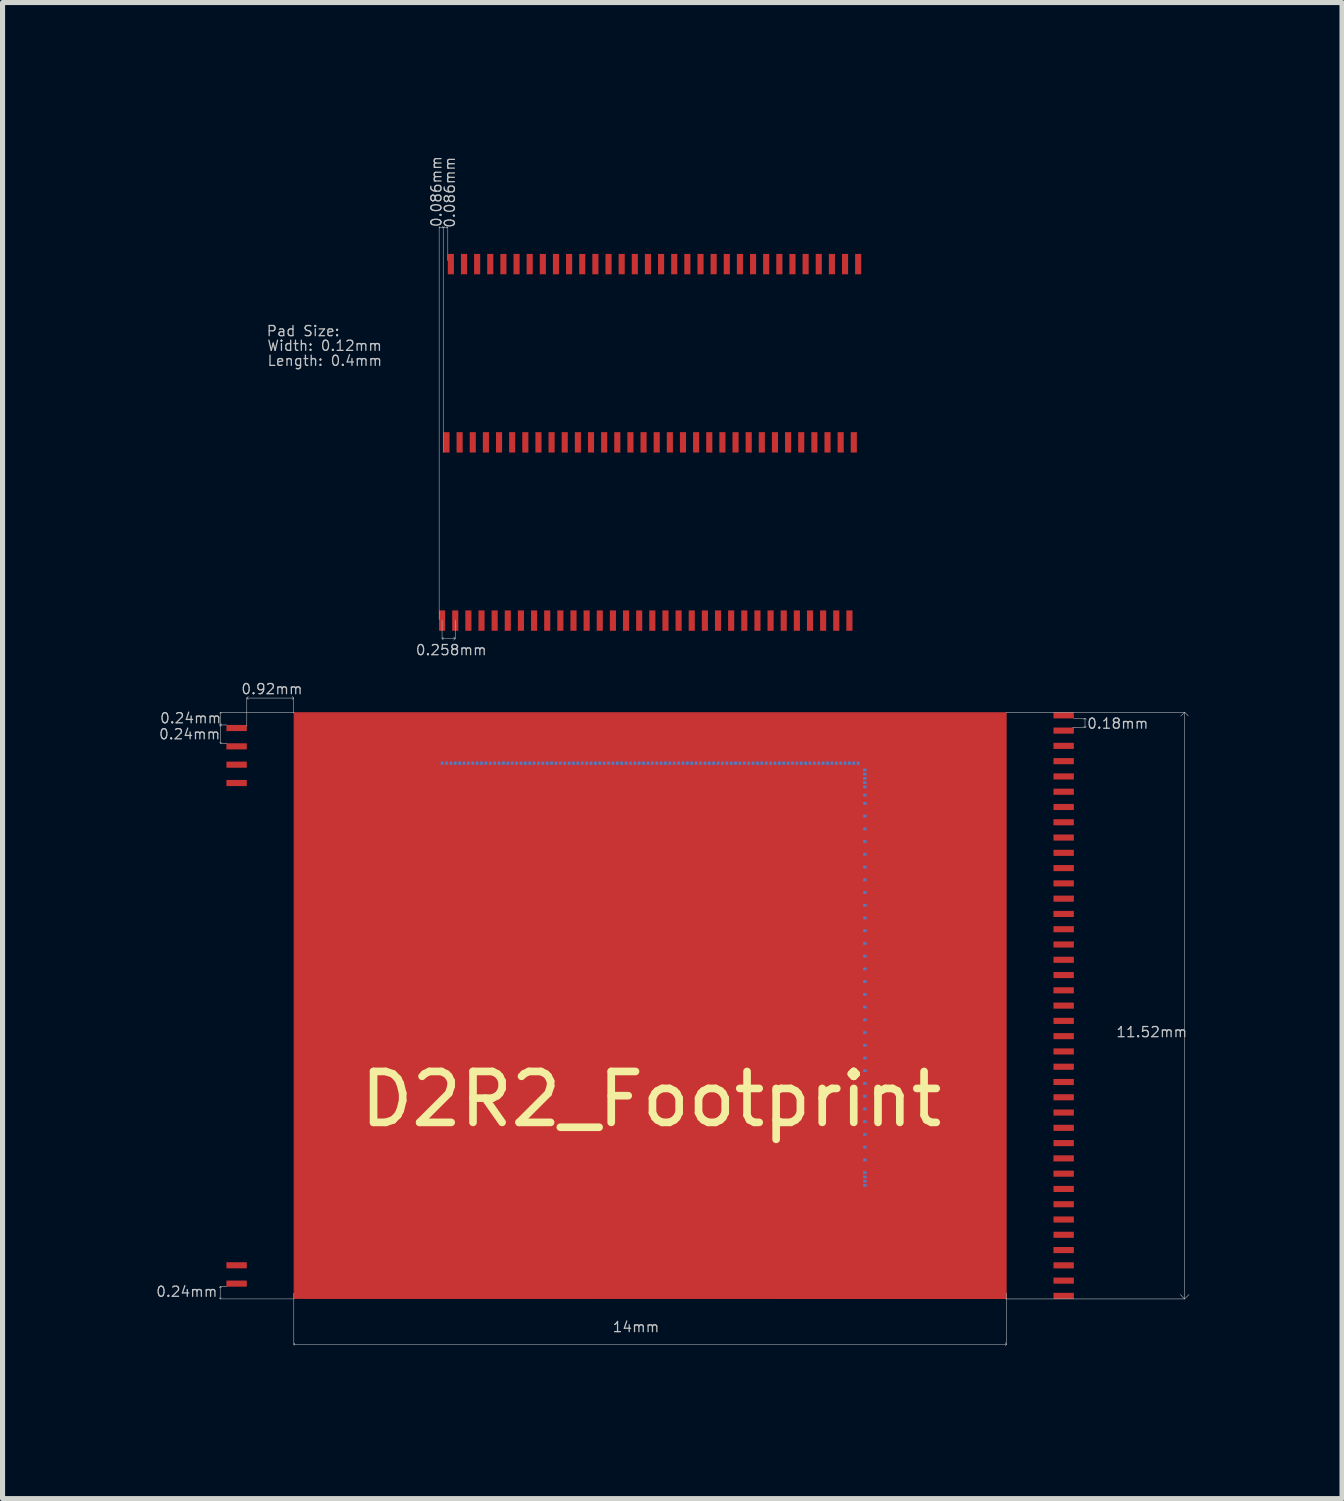
<source format=kicad_pcb>
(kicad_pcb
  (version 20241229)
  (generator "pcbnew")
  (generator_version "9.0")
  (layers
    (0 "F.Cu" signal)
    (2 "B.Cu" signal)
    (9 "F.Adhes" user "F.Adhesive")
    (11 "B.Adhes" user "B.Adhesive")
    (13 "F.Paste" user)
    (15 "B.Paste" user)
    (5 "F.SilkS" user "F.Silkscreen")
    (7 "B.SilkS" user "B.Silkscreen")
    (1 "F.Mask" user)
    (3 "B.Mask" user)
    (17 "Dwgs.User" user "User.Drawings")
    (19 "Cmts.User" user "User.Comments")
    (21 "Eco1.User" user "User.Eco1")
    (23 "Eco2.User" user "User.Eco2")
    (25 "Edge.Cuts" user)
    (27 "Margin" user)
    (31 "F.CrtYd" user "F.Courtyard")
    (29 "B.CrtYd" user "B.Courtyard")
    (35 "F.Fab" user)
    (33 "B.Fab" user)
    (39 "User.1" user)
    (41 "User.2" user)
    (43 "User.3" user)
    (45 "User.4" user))
  (footprint "D2R2_Footprint"
    (layer "F.Cu")
    (at 9.716 11.936)
    (property "Reference" "D2R2_Footprint" (at 0.022 6.598 0) (layer "F.SilkS") (effects (font (size 1 1) (thickness 0.15))))
    (attr through_hole)
    (fp_poly (pts (xy -6.99 -0.99) (xy 6.99 -0.99) (xy 6.99 10.511) (xy -6.99 10.509)) (stroke (width 0.02) (type solid)) (fill yes) (layer "F.Cu"))
    (fp_line (start -4.087 -3.006) (end -4.087 0) (stroke (width 0.025) (type solid)) (layer "B.Mask"))
    (fp_line (start -4.001 -6.294) (end -4.001 0) (stroke (width 0.025) (type solid)) (layer "B.Mask"))
    (fp_line (start -3.915 -9.817) (end -3.915 0) (stroke (width 0.025) (type solid)) (layer "B.Mask"))
    (fp_line (start -3.829 -3.006) (end -3.829 0) (stroke (width 0.025) (type solid)) (layer "B.Mask"))
    (fp_line (start -3.743 -6.294) (end -3.743 0) (stroke (width 0.025) (type solid)) (layer "B.Mask"))
    (fp_line (start -3.657 -9.817) (end -3.657 0) (stroke (width 0.025) (type solid)) (layer "B.Mask"))
    (fp_line (start -3.571 -3.006) (end -3.571 0) (stroke (width 0.025) (type solid)) (layer "B.Mask"))
    (fp_line (start -3.485 -6.294) (end -3.485 0) (stroke (width 0.025) (type solid)) (layer "B.Mask"))
    (fp_line (start -3.399 -9.817) (end -3.399 0) (stroke (width 0.025) (type solid)) (layer "B.Mask"))
    (fp_line (start -3.313 -3.006) (end -3.313 0) (stroke (width 0.025) (type solid)) (layer "B.Mask"))
    (fp_line (start -3.227 -6.294) (end -3.227 0) (stroke (width 0.025) (type solid)) (layer "B.Mask"))
    (fp_line (start -3.141 -9.817) (end -3.141 0) (stroke (width 0.025) (type solid)) (layer "B.Mask"))
    (fp_line (start -3.055 -3.006) (end -3.055 0) (stroke (width 0.025) (type solid)) (layer "B.Mask"))
    (fp_line (start -2.969 -6.294) (end -2.969 0) (stroke (width 0.025) (type solid)) (layer "B.Mask"))
    (fp_line (start -2.883 -9.817) (end -2.883 0) (stroke (width 0.025) (type solid)) (layer "B.Mask"))
    (fp_line (start -2.797 -3.006) (end -2.797 0) (stroke (width 0.025) (type solid)) (layer "B.Mask"))
    (fp_line (start -2.711 -6.294) (end -2.711 0) (stroke (width 0.025) (type solid)) (layer "B.Mask"))
    (fp_line (start -2.625 -9.817) (end -2.625 0) (stroke (width 0.025) (type solid)) (layer "B.Mask"))
    (fp_line (start -2.539 -3.006) (end -2.539 0) (stroke (width 0.025) (type solid)) (layer "B.Mask"))
    (fp_line (start -2.453 -6.294) (end -2.453 0) (stroke (width 0.025) (type solid)) (layer "B.Mask"))
    (fp_line (start -2.367 -9.817) (end -2.367 0) (stroke (width 0.025) (type solid)) (layer "B.Mask"))
    (fp_line (start -2.281 -3.006) (end -2.281 0) (stroke (width 0.025) (type solid)) (layer "B.Mask"))
    (fp_line (start -2.195 -6.294) (end -2.195 0) (stroke (width 0.025) (type solid)) (layer "B.Mask"))
    (fp_line (start -2.109 -9.817) (end -2.109 0) (stroke (width 0.025) (type solid)) (layer "B.Mask"))
    (fp_line (start -2.023 -3.006) (end -2.023 0) (stroke (width 0.025) (type solid)) (layer "B.Mask"))
    (fp_line (start -1.937 -6.294) (end -1.937 0) (stroke (width 0.025) (type solid)) (layer "B.Mask"))
    (fp_line (start -1.851 -9.817) (end -1.851 0) (stroke (width 0.025) (type solid)) (layer "B.Mask"))
    (fp_line (start -1.765 -3.006) (end -1.765 0) (stroke (width 0.025) (type solid)) (layer "B.Mask"))
    (fp_line (start -1.679 -6.294) (end -1.679 0) (stroke (width 0.025) (type solid)) (layer "B.Mask"))
    (fp_line (start -1.593 -9.817) (end -1.593 0) (stroke (width 0.025) (type solid)) (layer "B.Mask"))
    (fp_line (start -1.507 -3.006) (end -1.507 0) (stroke (width 0.025) (type solid)) (layer "B.Mask"))
    (fp_line (start -1.421 -6.294) (end -1.421 0) (stroke (width 0.025) (type solid)) (layer "B.Mask"))
    (fp_line (start -1.335 -9.817) (end -1.335 0) (stroke (width 0.025) (type solid)) (layer "B.Mask"))
    (fp_line (start -1.249 -3.006) (end -1.249 0) (stroke (width 0.025) (type solid)) (layer "B.Mask"))
    (fp_line (start -1.163 -6.294) (end -1.163 0) (stroke (width 0.025) (type solid)) (layer "B.Mask"))
    (fp_line (start -1.077 -9.817) (end -1.077 0) (stroke (width 0.025) (type solid)) (layer "B.Mask"))
    (fp_line (start -0.991 -3.006) (end -0.991 0) (stroke (width 0.025) (type solid)) (layer "B.Mask"))
    (fp_line (start -0.905 -6.294) (end -0.905 0) (stroke (width 0.025) (type solid)) (layer "B.Mask"))
    (fp_line (start -0.819 -9.817) (end -0.819 0) (stroke (width 0.025) (type solid)) (layer "B.Mask"))
    (fp_line (start -0.733 -3.006) (end -0.733 0) (stroke (width 0.025) (type solid)) (layer "B.Mask"))
    (fp_line (start -0.647 -6.294) (end -0.647 0) (stroke (width 0.025) (type solid)) (layer "B.Mask"))
    (fp_line (start -0.561 -9.817) (end -0.561 0) (stroke (width 0.025) (type solid)) (layer "B.Mask"))
    (fp_line (start -0.475 -3.006) (end -0.475 0) (stroke (width 0.025) (type solid)) (layer "B.Mask"))
    (fp_line (start -0.389 -6.294) (end -0.389 0) (stroke (width 0.025) (type solid)) (layer "B.Mask"))
    (fp_line (start -0.303 -9.817) (end -0.303 0) (stroke (width 0.025) (type solid)) (layer "B.Mask"))
    (fp_line (start -0.217 -3.006) (end -0.217 0) (stroke (width 0.025) (type solid)) (layer "B.Mask"))
    (fp_line (start -0.131 -6.294) (end -0.131 0) (stroke (width 0.025) (type solid)) (layer "B.Mask"))
    (fp_line (start -0.045 -9.817) (end -0.045 0) (stroke (width 0.025) (type solid)) (layer "B.Mask"))
    (fp_line (start 0.041 -3.006) (end 0.041 0) (stroke (width 0.025) (type solid)) (layer "B.Mask"))
    (fp_line (start 0.127 -6.294) (end 0.127 0) (stroke (width 0.025) (type solid)) (layer "B.Mask"))
    (fp_line (start 0.213 -9.817) (end 0.213 0) (stroke (width 0.025) (type solid)) (layer "B.Mask"))
    (fp_line (start 0.299 -3.006) (end 0.299 0) (stroke (width 0.025) (type solid)) (layer "B.Mask"))
    (fp_line (start 0.385 -6.294) (end 0.385 0) (stroke (width 0.025) (type solid)) (layer "B.Mask"))
    (fp_line (start 0.471 -9.817) (end 0.471 0) (stroke (width 0.025) (type solid)) (layer "B.Mask"))
    (fp_line (start 0.557 -3.006) (end 0.557 0) (stroke (width 0.025) (type solid)) (layer "B.Mask"))
    (fp_line (start 0.643 -6.294) (end 0.643 0) (stroke (width 0.025) (type solid)) (layer "B.Mask"))
    (fp_line (start 0.729 -9.817) (end 0.729 0) (stroke (width 0.025) (type solid)) (layer "B.Mask"))
    (fp_line (start 0.815 -3.006) (end 0.815 0) (stroke (width 0.025) (type solid)) (layer "B.Mask"))
    (fp_line (start 0.901 -6.294) (end 0.901 0) (stroke (width 0.025) (type solid)) (layer "B.Mask"))
    (fp_line (start 0.987 -9.817) (end 0.987 0) (stroke (width 0.025) (type solid)) (layer "B.Mask"))
    (fp_line (start 1.073 -3.006) (end 1.073 0) (stroke (width 0.025) (type solid)) (layer "B.Mask"))
    (fp_line (start 1.159 -6.294) (end 1.159 0) (stroke (width 0.025) (type solid)) (layer "B.Mask"))
    (fp_line (start 1.245 -9.817) (end 1.245 0) (stroke (width 0.025) (type solid)) (layer "B.Mask"))
    (fp_line (start 1.331 -3.006) (end 1.331 0) (stroke (width 0.025) (type solid)) (layer "B.Mask"))
    (fp_line (start 1.417 -6.294) (end 1.417 0) (stroke (width 0.025) (type solid)) (layer "B.Mask"))
    (fp_line (start 1.503 -9.817) (end 1.503 0) (stroke (width 0.025) (type solid)) (layer "B.Mask"))
    (fp_line (start 1.589 -3.006) (end 1.589 0) (stroke (width 0.025) (type solid)) (layer "B.Mask"))
    (fp_line (start 1.675 -6.294) (end 1.675 0) (stroke (width 0.025) (type solid)) (layer "B.Mask"))
    (fp_line (start 1.761 -9.817) (end 1.761 0) (stroke (width 0.025) (type solid)) (layer "B.Mask"))
    (fp_line (start 1.847 -3.006) (end 1.847 0) (stroke (width 0.025) (type solid)) (layer "B.Mask"))
    (fp_line (start 1.933 -6.294) (end 1.933 0) (stroke (width 0.025) (type solid)) (layer "B.Mask"))
    (fp_line (start 2.019 -9.817) (end 2.019 0) (stroke (width 0.025) (type solid)) (layer "B.Mask"))
    (fp_line (start 2.105 -3.006) (end 2.105 0) (stroke (width 0.025) (type solid)) (layer "B.Mask"))
    (fp_line (start 2.191 -6.294) (end 2.191 0) (stroke (width 0.025) (type solid)) (layer "B.Mask"))
    (fp_line (start 2.277 -9.817) (end 2.277 0) (stroke (width 0.025) (type solid)) (layer "B.Mask"))
    (fp_line (start 2.363 -3.006) (end 2.363 0) (stroke (width 0.025) (type solid)) (layer "B.Mask"))
    (fp_line (start 2.449 -6.294) (end 2.449 0) (stroke (width 0.025) (type solid)) (layer "B.Mask"))
    (fp_line (start 2.535 -9.817) (end 2.535 0) (stroke (width 0.025) (type solid)) (layer "B.Mask"))
    (fp_line (start 2.621 -3.006) (end 2.621 0) (stroke (width 0.025) (type solid)) (layer "B.Mask"))
    (fp_line (start 2.707 -6.294) (end 2.707 0) (stroke (width 0.025) (type solid)) (layer "B.Mask"))
    (fp_line (start 2.793 -9.817) (end 2.793 0) (stroke (width 0.025) (type solid)) (layer "B.Mask"))
    (fp_line (start 2.879 -3.006) (end 2.879 0) (stroke (width 0.025) (type solid)) (layer "B.Mask"))
    (fp_line (start 2.965 -6.294) (end 2.965 0) (stroke (width 0.025) (type solid)) (layer "B.Mask"))
    (fp_line (start 3.051 -9.817) (end 3.051 0) (stroke (width 0.025) (type solid)) (layer "B.Mask"))
    (fp_line (start 3.137 -3.006) (end 3.137 0) (stroke (width 0.025) (type solid)) (layer "B.Mask"))
    (fp_line (start 3.223 -6.294) (end 3.223 0) (stroke (width 0.025) (type solid)) (layer "B.Mask"))
    (fp_line (start 3.309 -9.817) (end 3.309 0) (stroke (width 0.025) (type solid)) (layer "B.Mask"))
    (fp_line (start 3.395 -3.006) (end 3.395 0) (stroke (width 0.025) (type solid)) (layer "B.Mask"))
    (fp_line (start 3.481 -6.294) (end 3.481 0) (stroke (width 0.025) (type solid)) (layer "B.Mask"))
    (fp_line (start 3.567 -9.817) (end 3.567 0) (stroke (width 0.025) (type solid)) (layer "B.Mask"))
    (fp_line (start 3.653 -3.006) (end 3.653 0) (stroke (width 0.025) (type solid)) (layer "B.Mask"))
    (fp_line (start 3.739 -6.294) (end 3.739 0) (stroke (width 0.025) (type solid)) (layer "B.Mask"))
    (fp_line (start 3.825 -9.817) (end 3.825 0) (stroke (width 0.025) (type solid)) (layer "B.Mask"))
    (fp_line (start 3.911 -3.006) (end 3.911 0) (stroke (width 0.025) (type solid)) (layer "B.Mask"))
    (fp_line (start 3.997 -6.294) (end 3.997 0) (stroke (width 0.025) (type solid)) (layer "B.Mask"))
    (fp_line (start 4.083 -9.817) (end 4.083 0) (stroke (width 0.025) (type solid)) (layer "B.Mask"))
    (fp_line (start 4.206 1.77) (end 8.101 2.04) (stroke (width 0.025) (type solid)) (layer "B.Mask"))
    (fp_line (start 4.21 0.219) (end 8.116 -0.64) (stroke (width 0.025) (type solid)) (layer "B.Mask"))
    (fp_line (start 4.211 8.211) (end 8.103 10.159) (stroke (width 0.025) (type solid)) (layer "B.Mask"))
    (fp_line (start 4.213 4.034) (end 8.095 4.738) (stroke (width 0.025) (type solid)) (layer "B.Mask"))
    (fp_line (start 4.213 5.025) (end 8.142 5.975) (stroke (width 0.025) (type solid)) (layer "B.Mask"))
    (fp_line (start 4.213 5.538) (end 8.101 6.549) (stroke (width 0.025) (type solid)) (layer "B.Mask"))
    (fp_line (start 4.213 6.036) (end 8.081 7.171) (stroke (width 0.025) (type solid)) (layer "B.Mask"))
    (fp_line (start 4.214 8.038) (end 8.119 9.559) (stroke (width 0.025) (type solid)) (layer "B.Mask"))
    (fp_line (start 4.215 0.13) (end 8.13 -0.928) (stroke (width 0.025) (type solid)) (layer "B.Mask"))
    (fp_line (start 4.215 8.291) (end 8.118 10.472) (stroke (width 0.025) (type solid)) (layer "B.Mask"))
    (fp_line (start 4.218 7.539) (end 8.112 8.958) (stroke (width 0.025) (type solid)) (layer "B.Mask"))
    (fp_line (start 4.218 7.789) (end 8.099 9.242) (stroke (width 0.025) (type solid)) (layer "B.Mask"))
    (fp_line (start 4.218 8.124) (end 8.099 9.853) (stroke (width 0.025) (type solid)) (layer "B.Mask"))
    (fp_line (start 4.219 0.775) (end 8.107 0.859) (stroke (width 0.025) (type solid)) (layer "B.Mask"))
    (fp_line (start 4.219 1.032) (end 8.133 1.154) (stroke (width 0.025) (type solid)) (layer "B.Mask"))
    (fp_line (start 4.219 1.276) (end 8.114 1.462) (stroke (width 0.025) (type solid)) (layer "B.Mask"))
    (fp_line (start 4.219 3.272) (end 8.101 3.849) (stroke (width 0.025) (type solid)) (layer "B.Mask"))
    (fp_line (start 4.219 3.535) (end 8.082 4.151) (stroke (width 0.025) (type solid)) (layer "B.Mask"))
    (fp_line (start 4.22 4.533) (end 8.129 5.367) (stroke (width 0.025) (type solid)) (layer "B.Mask"))
    (fp_line (start 4.22 5.292) (end 8.115 6.248) (stroke (width 0.025) (type solid)) (layer "B.Mask"))
    (fp_line (start 4.22 5.777) (end 8.115 6.87) (stroke (width 0.025) (type solid)) (layer "B.Mask"))
    (fp_line (start 4.22 6.528) (end 8.115 7.758) (stroke (width 0.025) (type solid)) (layer "B.Mask"))
    (fp_line (start 4.22 7.041) (end 8.101 8.346) (stroke (width 0.025) (type solid)) (layer "B.Mask"))
    (fp_line (start 4.221 7.284) (end 8.109 8.655) (stroke (width 0.025) (type solid)) (layer "B.Mask"))
    (fp_line (start 4.225 0.615) (end 8.12 0.562) (stroke (width 0.025) (type solid)) (layer "B.Mask"))
    (fp_line (start 4.225 1.533) (end 8.114 1.757) (stroke (width 0.025) (type solid)) (layer "B.Mask"))
    (fp_line (start 4.225 2.02) (end 8.114 2.348) (stroke (width 0.025) (type solid)) (layer "B.Mask"))
    (fp_line (start 4.225 2.527) (end 8.12 2.957) (stroke (width 0.025) (type solid)) (layer "B.Mask"))
    (fp_line (start 4.225 3.779) (end 8.101 4.465) (stroke (width 0.025) (type solid)) (layer "B.Mask"))
    (fp_line (start 4.227 4.294) (end 8.129 5.059) (stroke (width 0.025) (type solid)) (layer "B.Mask"))
    (fp_line (start 4.227 6.282) (end 8.088 7.458) (stroke (width 0.025) (type solid)) (layer "B.Mask"))
    (fp_line (start 4.227 6.788) (end 8.101 8.066) (stroke (width 0.025) (type solid)) (layer "B.Mask"))
    (fp_line (start 4.231 2.271) (end 8.114 2.681) (stroke (width 0.025) (type solid)) (layer "B.Mask"))
    (fp_line (start 4.231 2.784) (end 8.075 3.259) (stroke (width 0.025) (type solid)) (layer "B.Mask"))
    (fp_line (start 4.24 4.786) (end 8.149 5.661) (stroke (width 0.025) (type solid)) (layer "B.Mask"))
    (fp_line (start 4.244 3.034) (end 8.12 3.554) (stroke (width 0.025) (type solid)) (layer "B.Mask"))
    (fp_line (start 8.109 -0.339) (end 4.214 0.305) (stroke (width 0.025) (type solid)) (layer "B.Mask"))
    (fp_line (start 8.116 0.259) (end 4.218 0.458) (stroke (width 0.025) (type solid)) (layer "B.Mask"))
    (fp_line (start 8.12 0.562) (end 8.133 0.562) (stroke (width 0.025) (type solid)) (layer "B.Mask"))
    (fp_line (start 8.134 -0.052) (end 4.218 0.38) (stroke (width 0.025) (type solid)) (layer "B.Mask"))
    (fp_line (start -8.436 -0.752) (end -8.435 -0.751) (stroke (width 0.01) (type solid)) (layer "F.SilkS"))
    (fp_line (start -8.442 10.279) (end -8.442 10.519) (stroke (width 0.01) (type solid)) (layer "Dwgs.User"))
    (fp_line (start -8.442 10.279) (end -8.419 10.302) (stroke (width 0.01) (type solid)) (layer "Dwgs.User"))
    (fp_line (start -8.441 10.28) (end -8.462 10.301) (stroke (width 0.01) (type solid)) (layer "Dwgs.User"))
    (fp_line (start -8.441 10.519) (end -8.462 10.498) (stroke (width 0.01) (type solid)) (layer "Dwgs.User"))
    (fp_line (start -8.441 10.519) (end -8.421 10.499) (stroke (width 0.01) (type solid)) (layer "Dwgs.User"))
    (fp_line (start -8.436 -1) (end -8.436 -0.75) (stroke (width 0.01) (type solid)) (layer "Dwgs.User"))
    (fp_line (start -8.436 -0.752) (end -8.436 -0.391) (stroke (width 0.01) (type solid)) (layer "Dwgs.User"))
    (fp_line (start -8.436 -0.752) (end -8.414 -0.774) (stroke (width 0.01) (type solid)) (layer "Dwgs.User"))
    (fp_line (start -8.436 -0.751) (end -8.458 -0.729) (stroke (width 0.01) (type solid)) (layer "Dwgs.User"))
    (fp_line (start -8.436 -0.751) (end -8.413 -0.728) (stroke (width 0.01) (type solid)) (layer "Dwgs.User"))
    (fp_line (start -8.436 -0.75) (end -8.458 -0.772) (stroke (width 0.01) (type solid)) (layer "Dwgs.User"))
    (fp_line (start -8.436 -0.391) (end -8.418 -0.409) (stroke (width 0.01) (type solid)) (layer "Dwgs.User"))
    (fp_line (start -8.435 -0.999) (end -8.452 -0.982) (stroke (width 0.01) (type solid)) (layer "Dwgs.User"))
    (fp_line (start -8.435 -0.999) (end -8.418 -0.982) (stroke (width 0.01) (type solid)) (layer "Dwgs.User"))
    (fp_line (start -8.435 -0.393) (end -8.451 -0.409) (stroke (width 0.01) (type solid)) (layer "Dwgs.User"))
    (fp_line (start -8.318 -0.751) (end -8.435 -0.751) (stroke (width 0.01) (type solid)) (layer "Dwgs.User"))
    (fp_line (start -8.317 10.279) (end -8.442 10.279) (stroke (width 0.01) (type solid)) (layer "Dwgs.User"))
    (fp_line (start -8.314 -0.391) (end -8.432 -0.391) (stroke (width 0.01) (type solid)) (layer "Dwgs.User"))
    (fp_line (start -7.92 -1.279) (end -7.891 -1.308) (stroke (width 0.01) (type solid)) (layer "Dwgs.User"))
    (fp_line (start -7.92 -1.279) (end -7.891 -1.25) (stroke (width 0.01) (type solid)) (layer "Dwgs.User"))
    (fp_line (start -7.92 -0.725) (end -7.92 -1.28) (stroke (width 0.01) (type solid)) (layer "Dwgs.User"))
    (fp_line (start -6.999 -1.28) (end -7.027 -1.308) (stroke (width 0.01) (type solid)) (layer "Dwgs.User"))
    (fp_line (start -6.999 -1.279) (end -7.026 -1.252) (stroke (width 0.01) (type solid)) (layer "Dwgs.User"))
    (fp_line (start -6.999 -0.985) (end -6.999 -1.279) (stroke (width 0.01) (type solid)) (layer "Dwgs.User"))
    (fp_line (start -6.998 -1.279) (end -7.92 -1.279) (stroke (width 0.01) (type solid)) (layer "Dwgs.User"))
    (fp_line (start -6.997 11.407) (end -6.997 10.407) (stroke (width 0.01) (type solid)) (layer "Dwgs.User"))
    (fp_line (start -6.997 11.408) (end -6.977 11.388) (stroke (width 0.01) (type solid)) (layer "Dwgs.User"))
    (fp_line (start -6.997 11.409) (end -6.977 11.429) (stroke (width 0.01) (type solid)) (layer "Dwgs.User"))
    (fp_line (start -6.997 11.409) (end 6.999 11.409) (stroke (width 0.01) (type solid)) (layer "Dwgs.User"))
    (fp_line (start -6.995 10.519) (end -8.442 10.519) (stroke (width 0.01) (type solid)) (layer "Dwgs.User"))
    (fp_line (start -6.991 -1) (end -8.435 -1) (stroke (width 0.01) (type solid)) (layer "Dwgs.User"))
    (fp_line (start -4.143 -10.522) (end -4.129 -10.536) (stroke (width 0.01) (type solid)) (layer "Dwgs.User"))
    (fp_line (start -4.143 -10.522) (end -4.129 -10.508) (stroke (width 0.01) (type solid)) (layer "Dwgs.User"))
    (fp_line (start -4.143 -10.521) (end -4.064 -10.521) (stroke (width 0.01) (type solid)) (layer "Dwgs.User"))
    (fp_line (start -4.143 -2.821) (end -4.143 -10.521) (stroke (width 0.01) (type solid)) (layer "Dwgs.User"))
    (fp_line (start -4.086 -2.806) (end -4.086 -2.446) (stroke (width 0.01) (type solid)) (layer "Dwgs.User"))
    (fp_line (start -4.086 -2.447) (end -4.058 -2.475) (stroke (width 0.01) (type solid)) (layer "Dwgs.User"))
    (fp_line (start -4.086 -2.446) (end -4.061 -2.421) (stroke (width 0.01) (type solid)) (layer "Dwgs.User"))
    (fp_line (start -4.086 -2.446) (end -3.827 -2.446) (stroke (width 0.01) (type solid)) (layer "Dwgs.User"))
    (fp_line (start -4.064 -10.521) (end -4.078 -10.507) (stroke (width 0.01) (type solid)) (layer "Dwgs.User"))
    (fp_line (start -4.063 -10.521) (end -4.08 -10.538) (stroke (width 0.01) (type solid)) (layer "Dwgs.User"))
    (fp_line (start -4.063 -6.103) (end -4.063 -10.52) (stroke (width 0.01) (type solid)) (layer "Dwgs.User"))
    (fp_line (start -4.057 -10.523) (end -4.043 -10.537) (stroke (width 0.01) (type solid)) (layer "Dwgs.User"))
    (fp_line (start -4.057 -10.523) (end -4.043 -10.509) (stroke (width 0.01) (type solid)) (layer "Dwgs.User"))
    (fp_line (start -4.057 -10.522) (end -3.978 -10.522) (stroke (width 0.01) (type solid)) (layer "Dwgs.User"))
    (fp_line (start -3.978 -10.522) (end -3.992 -10.508) (stroke (width 0.01) (type solid)) (layer "Dwgs.User"))
    (fp_line (start -3.977 -10.522) (end -3.994 -10.539) (stroke (width 0.01) (type solid)) (layer "Dwgs.User"))
    (fp_line (start -3.973 -9.871) (end -3.973 -10.521) (stroke (width 0.01) (type solid)) (layer "Dwgs.User"))
    (fp_line (start -3.828 -2.448) (end -3.858 -2.478) (stroke (width 0.01) (type solid)) (layer "Dwgs.User"))
    (fp_line (start -3.827 -2.805) (end -3.827 -2.446) (stroke (width 0.01) (type solid)) (layer "Dwgs.User"))
    (fp_line (start -3.827 -2.447) (end -3.857 -2.417) (stroke (width 0.01) (type solid)) (layer "Dwgs.User"))
    (fp_line (start 6.981 10.52) (end 10.495 10.52) (stroke (width 0.01) (type solid)) (layer "Dwgs.User"))
    (fp_line (start 6.989 -1) (end 10.494 -1) (stroke (width 0.01) (type solid)) (layer "Dwgs.User"))
    (fp_line (start 6.999 11.407) (end 6.999 10.407) (stroke (width 0.01) (type solid)) (layer "Dwgs.User"))
    (fp_line (start 6.999 11.409) (end 6.971 11.381) (stroke (width 0.01) (type solid)) (layer "Dwgs.User"))
    (fp_line (start 6.999 11.41) (end 6.974 11.435) (stroke (width 0.01) (type solid)) (layer "Dwgs.User"))
    (fp_line (start 8.297 -0.7) (end 8.541 -0.7) (stroke (width 0.01) (type solid)) (layer "Dwgs.User"))
    (fp_line (start 8.317 -0.88) (end 8.539 -0.88) (stroke (width 0.01) (type solid)) (layer "Dwgs.User"))
    (fp_line (start 8.539 -0.882) (end 8.515 -0.858) (stroke (width 0.01) (type solid)) (layer "Dwgs.User"))
    (fp_line (start 8.539 -0.882) (end 8.563 -0.858) (stroke (width 0.01) (type solid)) (layer "Dwgs.User"))
    (fp_line (start 8.539 -0.881) (end 8.539 -0.7) (stroke (width 0.01) (type solid)) (layer "Dwgs.User"))
    (fp_line (start 8.539 -0.702) (end 8.517 -0.724) (stroke (width 0.01) (type solid)) (layer "Dwgs.User"))
    (fp_line (start 8.539 -0.7) (end 8.565 -0.726) (stroke (width 0.01) (type solid)) (layer "Dwgs.User"))
    (fp_line (start 10.495 -1.001) (end 10.419 -0.925) (stroke (width 0.01) (type solid)) (layer "Dwgs.User"))
    (fp_line (start 10.495 -1.001) (end 10.495 10.52) (stroke (width 0.01) (type solid)) (layer "Dwgs.User"))
    (fp_line (start 10.495 -1.001) (end 10.568 -0.928) (stroke (width 0.01) (type solid)) (layer "Dwgs.User"))
    (fp_line (start 10.495 10.519) (end 10.411 10.435) (stroke (width 0.01) (type solid)) (layer "Dwgs.User"))
    (fp_line (start 10.495 10.519) (end 10.582 10.432) (stroke (width 0.01) (type solid)) (layer "Dwgs.User"))
    (fp_text user "Length: 0.4mm" (at -6.388 -7.903 0) (layer "Dwgs.User") (effects (font (size 0.2 0.2) (thickness 0.025))))
    (fp_text user "0.086mm" (at -4.198 -11.223 90) (layer "Dwgs.User") (effects (font (size 0.2 0.2) (thickness 0.025))))
    (fp_text user "0.24mm" (at -9.022 -0.884 0) (layer "Dwgs.User") (effects (font (size 0.2 0.2) (thickness 0.025))))
    (fp_text user "0.24mm" (at -9.042 -0.57 0) (layer "Dwgs.User") (effects (font (size 0.2 0.2) (thickness 0.025))))
    (fp_text user "0.18mm" (at 9.182 -0.778 0) (layer "Dwgs.User") (effects (font (size 0.2 0.2) (thickness 0.025))))
    (fp_text user "0.24mm" (at -9.098 10.377 0) (layer "Dwgs.User") (effects (font (size 0.2 0.2) (thickness 0.025))))
    (fp_text user "Pad Size: " (at -6.737 -8.486 0) (layer "Dwgs.User") (effects (font (size 0.2 0.2) (thickness 0.025))))
    (fp_text user "0.086mm" (at -3.935 -11.209 90) (layer "Dwgs.User") (effects (font (size 0.2 0.2) (thickness 0.025))))
    (fp_text user "11.52mm" (at 9.849 5.279 0) (layer "Dwgs.User") (effects (font (size 0.2 0.2) (thickness 0.025))))
    (fp_text user "0.258mm" (at -3.906 -2.222 0) (layer "Dwgs.User") (effects (font (size 0.2 0.2) (thickness 0.025))))
    (fp_text user "14mm" (at -0.278 11.071 0) (layer "Dwgs.User") (effects (font (size 0.2 0.2) (thickness 0.025))))
    (fp_text user "0.92mm" (at -7.426 -1.456 0) (layer "Dwgs.User") (effects (font (size 0.2 0.2) (thickness 0.025))))
    (fp_text user "Width: 0.12mm" (at -6.392 -8.198 0) (layer "Dwgs.User") (effects (font (size 0.2 0.2) (thickness 0.025))))
    (pad "1" smd rect (at -4.085 -2.8) (size 0.12 0.4) (layers "F.Cu" "F.Mask" "F.Paste"))
    (pad "2" smd rect (at -3.999 -6.3) (size 0.12 0.4) (layers "F.Cu" "F.Mask" "F.Paste"))
    (pad "3" smd rect (at -3.913 -9.8) (size 0.12 0.4) (layers "F.Cu" "F.Mask" "F.Paste"))
    (pad "4" smd rect (at -3.827 -2.8) (size 0.12 0.4) (layers "F.Cu" "F.Mask" "F.Paste"))
    (pad "5" smd rect (at -3.741 -6.3) (size 0.12 0.4) (layers "F.Cu" "F.Mask" "F.Paste"))
    (pad "6" smd rect (at -3.655 -9.8) (size 0.12 0.4) (layers "F.Cu" "F.Mask" "F.Paste"))
    (pad "7" smd rect (at -3.569 -2.8) (size 0.12 0.4) (layers "F.Cu" "F.Mask" "F.Paste"))
    (pad "8" smd rect (at -3.483 -6.3) (size 0.12 0.4) (layers "F.Cu" "F.Mask" "F.Paste"))
    (pad "9" smd rect (at -3.397 -9.8) (size 0.12 0.4) (layers "F.Cu" "F.Mask" "F.Paste"))
    (pad "10" smd rect (at -3.311 -2.8) (size 0.12 0.4) (layers "F.Cu" "F.Mask" "F.Paste"))
    (pad "11" smd rect (at -3.225 -6.3) (size 0.12 0.4) (layers "F.Cu" "F.Mask" "F.Paste"))
    (pad "12" smd rect (at -3.139 -9.8) (size 0.12 0.4) (layers "F.Cu" "F.Mask" "F.Paste"))
    (pad "13" smd rect (at -3.053 -2.8) (size 0.12 0.4) (layers "F.Cu" "F.Mask" "F.Paste"))
    (pad "14" smd rect (at -2.967 -6.3) (size 0.12 0.4) (layers "F.Cu" "F.Mask" "F.Paste"))
    (pad "15" smd rect (at -2.881 -9.8) (size 0.12 0.4) (layers "F.Cu" "F.Mask" "F.Paste"))
    (pad "16" smd rect (at -2.795 -2.8) (size 0.12 0.4) (layers "F.Cu" "F.Mask" "F.Paste"))
    (pad "17" smd rect (at -2.709 -6.3) (size 0.12 0.4) (layers "F.Cu" "F.Mask" "F.Paste"))
    (pad "18" smd rect (at -2.623 -9.8) (size 0.12 0.4) (layers "F.Cu" "F.Mask" "F.Paste"))
    (pad "19" smd rect (at -2.537 -2.8) (size 0.12 0.4) (layers "F.Cu" "F.Mask" "F.Paste"))
    (pad "20" smd rect (at -2.451 -6.3) (size 0.12 0.4) (layers "F.Cu" "F.Mask" "F.Paste"))
    (pad "21" smd rect (at -2.365 -9.8) (size 0.12 0.4) (layers "F.Cu" "F.Mask" "F.Paste"))
    (pad "22" smd rect (at -2.279 -2.8) (size 0.12 0.4) (layers "F.Cu" "F.Mask" "F.Paste"))
    (pad "23" smd rect (at -2.193 -6.3) (size 0.12 0.4) (layers "F.Cu" "F.Mask" "F.Paste"))
    (pad "24" smd rect (at -2.107 -9.8) (size 0.12 0.4) (layers "F.Cu" "F.Mask" "F.Paste"))
    (pad "25" smd rect (at -2.021 -2.8) (size 0.12 0.4) (layers "F.Cu" "F.Mask" "F.Paste"))
    (pad "26" smd rect (at -1.935 -6.3) (size 0.12 0.4) (layers "F.Cu" "F.Mask" "F.Paste"))
    (pad "27" smd rect (at -1.849 -9.8) (size 0.12 0.4) (layers "F.Cu" "F.Mask" "F.Paste"))
    (pad "28" smd rect (at -1.763 -2.8) (size 0.12 0.4) (layers "F.Cu" "F.Mask" "F.Paste"))
    (pad "29" smd rect (at -1.677 -6.3) (size 0.12 0.4) (layers "F.Cu" "F.Mask" "F.Paste"))
    (pad "30" smd rect (at -1.591 -9.8) (size 0.12 0.4) (layers "F.Cu" "F.Mask" "F.Paste"))
    (pad "31" smd rect (at -1.505 -2.8) (size 0.12 0.4) (layers "F.Cu" "F.Mask" "F.Paste"))
    (pad "32" smd rect (at -1.419 -6.3) (size 0.12 0.4) (layers "F.Cu" "F.Mask" "F.Paste"))
    (pad "33" smd rect (at -1.333 -9.8) (size 0.12 0.4) (layers "F.Cu" "F.Mask" "F.Paste"))
    (pad "34" smd rect (at -1.247 -2.8) (size 0.12 0.4) (layers "F.Cu" "F.Mask" "F.Paste"))
    (pad "35" smd rect (at -1.161 -6.3) (size 0.12 0.4) (layers "F.Cu" "F.Mask" "F.Paste"))
    (pad "36" smd rect (at -1.075 -9.8) (size 0.12 0.4) (layers "F.Cu" "F.Mask" "F.Paste"))
    (pad "37" smd rect (at -0.989 -2.8) (size 0.12 0.4) (layers "F.Cu" "F.Mask" "F.Paste"))
    (pad "38" smd rect (at -0.903 -6.3) (size 0.12 0.4) (layers "F.Cu" "F.Mask" "F.Paste"))
    (pad "39" smd rect (at -0.817 -9.8) (size 0.12 0.4) (layers "F.Cu" "F.Mask" "F.Paste"))
    (pad "40" smd rect (at -0.731 -2.8) (size 0.12 0.4) (layers "F.Cu" "F.Mask" "F.Paste"))
    (pad "41" smd rect (at -0.645 -6.3) (size 0.12 0.4) (layers "F.Cu" "F.Mask" "F.Paste"))
    (pad "42" smd rect (at -0.559 -9.8) (size 0.12 0.4) (layers "F.Cu" "F.Mask" "F.Paste"))
    (pad "43" smd rect (at -0.473 -2.8) (size 0.12 0.4) (layers "F.Cu" "F.Mask" "F.Paste"))
    (pad "44" smd rect (at -0.387 -6.3) (size 0.12 0.4) (layers "F.Cu" "F.Mask" "F.Paste"))
    (pad "45" smd rect (at -0.301 -9.8) (size 0.12 0.4) (layers "F.Cu" "F.Mask" "F.Paste"))
    (pad "46" smd rect (at -0.215 -2.8) (size 0.12 0.4) (layers "F.Cu" "F.Mask" "F.Paste"))
    (pad "47" smd rect (at -0.129 -6.3) (size 0.12 0.4) (layers "F.Cu" "F.Mask" "F.Paste"))
    (pad "48" smd rect (at -0.043 -9.8) (size 0.12 0.4) (layers "F.Cu" "F.Mask" "F.Paste"))
    (pad "49" smd rect (at 0.043 -2.8) (size 0.12 0.4) (layers "F.Cu" "F.Mask" "F.Paste"))
    (pad "50" smd rect (at 0.129 -6.3) (size 0.12 0.4) (layers "F.Cu" "F.Mask" "F.Paste"))
    (pad "51" smd rect (at 0.215 -9.8) (size 0.12 0.4) (layers "F.Cu" "F.Mask" "F.Paste"))
    (pad "52" smd rect (at 0.301 -2.8) (size 0.12 0.4) (layers "F.Cu" "F.Mask" "F.Paste"))
    (pad "53" smd rect (at 0.387 -6.3) (size 0.12 0.4) (layers "F.Cu" "F.Mask" "F.Paste"))
    (pad "54" smd rect (at 0.473 -9.8) (size 0.12 0.4) (layers "F.Cu" "F.Mask" "F.Paste"))
    (pad "55" smd rect (at 0.559 -2.8) (size 0.12 0.4) (layers "F.Cu" "F.Mask" "F.Paste"))
    (pad "56" smd rect (at 0.645 -6.3) (size 0.12 0.4) (layers "F.Cu" "F.Mask" "F.Paste"))
    (pad "57" smd rect (at 0.731 -9.8) (size 0.12 0.4) (layers "F.Cu" "F.Mask" "F.Paste"))
    (pad "58" smd rect (at 0.817 -2.8) (size 0.12 0.4) (layers "F.Cu" "F.Mask" "F.Paste"))
    (pad "59" smd rect (at 0.903 -6.3) (size 0.12 0.4) (layers "F.Cu" "F.Mask" "F.Paste"))
    (pad "60" smd rect (at 0.989 -9.8) (size 0.12 0.4) (layers "F.Cu" "F.Mask" "F.Paste"))
    (pad "61" smd rect (at 1.075 -2.8) (size 0.12 0.4) (layers "F.Cu" "F.Mask" "F.Paste"))
    (pad "62" smd rect (at 1.161 -6.3) (size 0.12 0.4) (layers "F.Cu" "F.Mask" "F.Paste"))
    (pad "63" smd rect (at 1.247 -9.8) (size 0.12 0.4) (layers "F.Cu" "F.Mask" "F.Paste"))
    (pad "64" smd rect (at 1.333 -2.8) (size 0.12 0.4) (layers "F.Cu" "F.Mask" "F.Paste"))
    (pad "65" smd rect (at 1.419 -6.3) (size 0.12 0.4) (layers "F.Cu" "F.Mask" "F.Paste"))
    (pad "66" smd rect (at 1.505 -9.8) (size 0.12 0.4) (layers "F.Cu" "F.Mask" "F.Paste"))
    (pad "67" smd rect (at 1.591 -2.8) (size 0.12 0.4) (layers "F.Cu" "F.Mask" "F.Paste"))
    (pad "68" smd rect (at 1.677 -6.3) (size 0.12 0.4) (layers "F.Cu" "F.Mask" "F.Paste"))
    (pad "69" smd rect (at 1.763 -9.8) (size 0.12 0.4) (layers "F.Cu" "F.Mask" "F.Paste"))
    (pad "70" smd rect (at 1.849 -2.8) (size 0.12 0.4) (layers "F.Cu" "F.Mask" "F.Paste"))
    (pad "71" smd rect (at 1.935 -6.3) (size 0.12 0.4) (layers "F.Cu" "F.Mask" "F.Paste"))
    (pad "72" smd rect (at 2.021 -9.8) (size 0.12 0.4) (layers "F.Cu" "F.Mask" "F.Paste"))
    (pad "73" smd rect (at 2.107 -2.8) (size 0.12 0.4) (layers "F.Cu" "F.Mask" "F.Paste"))
    (pad "74" smd rect (at 2.193 -6.3) (size 0.12 0.4) (layers "F.Cu" "F.Mask" "F.Paste"))
    (pad "75" smd rect (at 2.279 -9.8) (size 0.12 0.4) (layers "F.Cu" "F.Mask" "F.Paste"))
    (pad "76" smd rect (at 2.365 -2.8) (size 0.12 0.4) (layers "F.Cu" "F.Mask" "F.Paste"))
    (pad "77" smd rect (at 2.451 -6.3) (size 0.12 0.4) (layers "F.Cu" "F.Mask" "F.Paste"))
    (pad "78" smd rect (at 2.537 -9.8) (size 0.12 0.4) (layers "F.Cu" "F.Mask" "F.Paste"))
    (pad "79" smd rect (at 2.623 -2.8) (size 0.12 0.4) (layers "F.Cu" "F.Mask" "F.Paste"))
    (pad "80" smd rect (at 2.709 -6.3) (size 0.12 0.4) (layers "F.Cu" "F.Mask" "F.Paste"))
    (pad "81" smd rect (at 2.795 -9.8) (size 0.12 0.4) (layers "F.Cu" "F.Mask" "F.Paste"))
    (pad "82" smd rect (at 2.881 -2.8) (size 0.12 0.4) (layers "F.Cu" "F.Mask" "F.Paste"))
    (pad "83" smd rect (at 2.967 -6.3) (size 0.12 0.4) (layers "F.Cu" "F.Mask" "F.Paste"))
    (pad "84" smd rect (at 3.053 -9.8) (size 0.12 0.4) (layers "F.Cu" "F.Mask" "F.Paste"))
    (pad "85" smd rect (at 3.139 -2.8) (size 0.12 0.4) (layers "F.Cu" "F.Mask" "F.Paste"))
    (pad "86" smd rect (at 3.225 -6.3) (size 0.12 0.4) (layers "F.Cu" "F.Mask" "F.Paste"))
    (pad "87" smd rect (at 3.311 -9.8) (size 0.12 0.4) (layers "F.Cu" "F.Mask" "F.Paste"))
    (pad "88" smd rect (at 3.397 -2.8) (size 0.12 0.4) (layers "F.Cu" "F.Mask" "F.Paste"))
    (pad "89" smd rect (at 3.483 -6.3) (size 0.12 0.4) (layers "F.Cu" "F.Mask" "F.Paste"))
    (pad "90" smd rect (at 3.569 -9.8) (size 0.12 0.4) (layers "F.Cu" "F.Mask" "F.Paste"))
    (pad "91" smd rect (at 3.655 -2.8) (size 0.12 0.4) (layers "F.Cu" "F.Mask" "F.Paste"))
    (pad "92" smd rect (at 3.741 -6.3) (size 0.12 0.4) (layers "F.Cu" "F.Mask" "F.Paste"))
    (pad "93" smd rect (at 3.827 -9.8) (size 0.12 0.4) (layers "F.Cu" "F.Mask" "F.Paste"))
    (pad "94" smd rect (at 3.913 -2.8) (size 0.12 0.4) (layers "F.Cu" "F.Mask" "F.Paste"))
    (pad "95" smd rect (at 3.999 -6.3) (size 0.12 0.4) (layers "F.Cu" "F.Mask" "F.Paste"))
    (pad "96" smd rect (at 4.085 -9.8) (size 0.12 0.4) (layers "F.Cu" "F.Mask" "F.Paste"))
    (pad "97" smd rect (at 8.12 -0.94 90) (size 0.12 0.4) (layers "F.Cu" "F.Mask"))
    (pad "98" smd rect (at 8.12 -0.64 90) (size 0.12 0.4) (layers "F.Cu" "F.Mask"))
    (pad "99" smd rect (at 8.12 -0.34 90) (size 0.12 0.4) (layers "F.Cu" "F.Mask"))
    (pad "100" smd rect (at 8.12 -0.04 90) (size 0.12 0.4) (layers "F.Cu" "F.Mask"))
    (pad "101" smd rect (at 8.12 0.26 90) (size 0.12 0.4) (layers "F.Cu" "F.Mask"))
    (pad "102" smd rect (at 8.12 0.56 90) (size 0.12 0.4) (layers "F.Cu" "F.Mask"))
    (pad "103" smd rect (at 8.12 0.86 90) (size 0.12 0.4) (layers "F.Cu" "F.Mask"))
    (pad "104" smd rect (at 8.12 1.16 90) (size 0.12 0.4) (layers "F.Cu" "F.Mask"))
    (pad "105" smd rect (at 8.12 1.46 90) (size 0.12 0.4) (layers "F.Cu" "F.Mask"))
    (pad "106" smd rect (at 8.12 1.76 90) (size 0.12 0.4) (layers "F.Cu" "F.Mask"))
    (pad "107" smd rect (at 8.12 2.06 90) (size 0.12 0.4) (layers "F.Cu" "F.Mask"))
    (pad "108" smd rect (at 8.12 2.36 90) (size 0.12 0.4) (layers "F.Cu" "F.Mask"))
    (pad "109" smd rect (at 8.12 2.66 90) (size 0.12 0.4) (layers "F.Cu" "F.Mask"))
    (pad "110" smd rect (at 8.12 2.96 90) (size 0.12 0.4) (layers "F.Cu" "F.Mask"))
    (pad "111" smd rect (at 8.12 3.26 90) (size 0.12 0.4) (layers "F.Cu" "F.Mask"))
    (pad "112" smd rect (at 8.12 3.56 90) (size 0.12 0.4) (layers "F.Cu" "F.Mask"))
    (pad "113" smd rect (at 8.12 3.86 90) (size 0.12 0.4) (layers "F.Cu" "F.Mask"))
    (pad "114" smd rect (at 8.12 4.16 90) (size 0.12 0.4) (layers "F.Cu" "F.Mask"))
    (pad "115" smd rect (at 8.12 4.46 90) (size 0.12 0.4) (layers "F.Cu" "F.Mask"))
    (pad "116" smd rect (at 8.12 4.76 90) (size 0.12 0.4) (layers "F.Cu" "F.Mask"))
    (pad "117" smd rect (at 8.12 5.06 90) (size 0.12 0.4) (layers "F.Cu" "F.Mask"))
    (pad "118" smd rect (at 8.12 5.36 90) (size 0.12 0.4) (layers "F.Cu" "F.Mask"))
    (pad "119" smd rect (at 8.12 5.66 90) (size 0.12 0.4) (layers "F.Cu" "F.Mask"))
    (pad "120" smd rect (at 8.12 5.96 90) (size 0.12 0.4) (layers "F.Cu" "F.Mask"))
    (pad "121" smd rect (at 8.12 6.26 90) (size 0.12 0.4) (layers "F.Cu" "F.Mask"))
    (pad "122" smd rect (at 8.12 6.56 90) (size 0.12 0.4) (layers "F.Cu" "F.Mask"))
    (pad "123" smd rect (at 8.12 6.86 90) (size 0.12 0.4) (layers "F.Cu" "F.Mask"))
    (pad "124" smd rect (at 8.12 7.16 90) (size 0.12 0.4) (layers "F.Cu" "F.Mask"))
    (pad "125" smd rect (at 8.12 7.46 90) (size 0.12 0.4) (layers "F.Cu" "F.Mask"))
    (pad "126" smd rect (at 8.12 7.76 90) (size 0.12 0.4) (layers "F.Cu" "F.Mask"))
    (pad "127" smd rect (at 8.12 8.06 90) (size 0.12 0.4) (layers "F.Cu" "F.Mask"))
    (pad "128" smd rect (at 8.12 8.36 90) (size 0.12 0.4) (layers "F.Cu" "F.Mask"))
    (pad "129" smd rect (at 8.12 8.66 90) (size 0.12 0.4) (layers "F.Cu" "F.Mask"))
    (pad "130" smd rect (at 8.12 8.96 90) (size 0.12 0.4) (layers "F.Cu" "F.Mask"))
    (pad "131" smd rect (at 8.12 9.26 90) (size 0.12 0.4) (layers "F.Cu" "F.Mask"))
    (pad "132" smd rect (at 8.12 9.56 90) (size 0.12 0.4) (layers "F.Cu" "F.Mask"))
    (pad "133" smd rect (at 8.12 9.86 90) (size 0.12 0.4) (layers "F.Cu" "F.Mask"))
    (pad "134" smd rect (at 8.12 10.16 90) (size 0.12 0.4) (layers "F.Cu" "F.Mask"))
    (pad "135" smd rect (at 8.12 10.46 90) (size 0.12 0.4) (layers "F.Cu" "F.Mask"))
    (pad "136" smd rect (at -8.12 -0.691 90) (size 0.12 0.4) (layers "F.Cu" "F.Mask"))
    (pad "137" smd rect (at -8.12 -0.331 90) (size 0.12 0.4) (layers "F.Cu" "F.Mask"))
    (pad "138" smd rect (at -8.12 0.029 90) (size 0.12 0.4) (layers "F.Cu" "F.Mask"))
    (pad "139" smd rect (at -8.12 0.389 90) (size 0.12 0.4) (layers "F.Cu" "F.Mask"))
    (pad "140" smd rect (at -8.12 9.859 90) (size 0.12 0.4) (layers "F.Cu" "F.Mask"))
    (pad "141" smd rect (at -8.12 10.219 90) (size 0.12 0.4) (layers "F.Cu" "F.Mask"))
    (pad "A1" smd rect (at -4.085 0) (size 0.053 0.066) (layers "B.Cu"))
    (pad "A2" smd rect (at -3.999 0) (size 0.053 0.066) (layers "B.Cu"))
    (pad "A3" smd rect (at -3.913 0) (size 0.053 0.066) (layers "B.Cu"))
    (pad "A4" smd rect (at -3.827 0) (size 0.053 0.066) (layers "B.Cu"))
    (pad "A5" smd rect (at -3.741 0) (size 0.053 0.066) (layers "B.Cu"))
    (pad "A6" smd rect (at -3.655 0) (size 0.053 0.066) (layers "B.Cu"))
    (pad "A7" smd rect (at -3.569 0) (size 0.053 0.066) (layers "B.Cu"))
    (pad "A8" smd rect (at -3.483 0) (size 0.053 0.066) (layers "B.Cu"))
    (pad "A9" smd rect (at -3.397 0) (size 0.053 0.066) (layers "B.Cu"))
    (pad "A10" smd rect (at -3.311 0) (size 0.053 0.066) (layers "B.Cu"))
    (pad "A11" smd rect (at -3.225 0) (size 0.053 0.066) (layers "B.Cu"))
    (pad "A12" smd rect (at -3.139 0) (size 0.053 0.066) (layers "B.Cu"))
    (pad "A13" smd rect (at -3.053 0) (size 0.053 0.066) (layers "B.Cu"))
    (pad "A14" smd rect (at -2.967 0) (size 0.053 0.066) (layers "B.Cu"))
    (pad "A15" smd rect (at -2.881 0) (size 0.053 0.066) (layers "B.Cu"))
    (pad "A16" smd rect (at -2.795 0) (size 0.053 0.066) (layers "B.Cu"))
    (pad "A17" smd rect (at -2.709 0) (size 0.053 0.066) (layers "B.Cu"))
    (pad "A18" smd rect (at -2.623 0) (size 0.053 0.066) (layers "B.Cu"))
    (pad "A19" smd rect (at -2.537 0) (size 0.053 0.066) (layers "B.Cu"))
    (pad "A20" smd rect (at -2.451 0) (size 0.053 0.066) (layers "B.Cu"))
    (pad "A21" smd rect (at -2.365 0) (size 0.053 0.066) (layers "B.Cu"))
    (pad "A22" smd rect (at -2.279 0) (size 0.053 0.066) (layers "B.Cu"))
    (pad "A23" smd rect (at -2.193 0) (size 0.053 0.066) (layers "B.Cu"))
    (pad "A24" smd rect (at -2.107 0) (size 0.053 0.066) (layers "B.Cu"))
    (pad "A25" smd rect (at -2.021 0) (size 0.053 0.066) (layers "B.Cu"))
    (pad "A26" smd rect (at -1.935 0) (size 0.053 0.066) (layers "B.Cu"))
    (pad "A27" smd rect (at -1.849 0) (size 0.053 0.066) (layers "B.Cu"))
    (pad "A28" smd rect (at -1.763 0) (size 0.053 0.066) (layers "B.Cu"))
    (pad "A29" smd rect (at -1.677 0) (size 0.053 0.066) (layers "B.Cu"))
    (pad "A30" smd rect (at -1.591 0) (size 0.053 0.066) (layers "B.Cu"))
    (pad "A31" smd rect (at -1.505 0) (size 0.053 0.066) (layers "B.Cu"))
    (pad "A32" smd rect (at -1.419 0) (size 0.053 0.066) (layers "B.Cu"))
    (pad "A33" smd rect (at -1.333 0) (size 0.053 0.066) (layers "B.Cu"))
    (pad "A34" smd rect (at -1.247 0) (size 0.053 0.066) (layers "B.Cu"))
    (pad "A35" smd rect (at -1.161 0) (size 0.053 0.066) (layers "B.Cu"))
    (pad "A36" smd rect (at -1.075 0) (size 0.053 0.066) (layers "B.Cu"))
    (pad "A37" smd rect (at -0.989 0) (size 0.053 0.066) (layers "B.Cu"))
    (pad "A38" smd rect (at -0.903 0) (size 0.053 0.066) (layers "B.Cu"))
    (pad "A39" smd rect (at -0.817 0) (size 0.053 0.066) (layers "B.Cu"))
    (pad "A40" smd rect (at -0.731 0) (size 0.053 0.066) (layers "B.Cu"))
    (pad "A41" smd rect (at -0.645 0) (size 0.053 0.066) (layers "B.Cu"))
    (pad "A42" smd rect (at -0.559 0) (size 0.053 0.066) (layers "B.Cu"))
    (pad "A43" smd rect (at -0.473 0) (size 0.053 0.066) (layers "B.Cu"))
    (pad "A44" smd rect (at -0.387 0) (size 0.053 0.066) (layers "B.Cu"))
    (pad "A45" smd rect (at -0.301 0) (size 0.053 0.066) (layers "B.Cu"))
    (pad "A46" smd rect (at -0.215 0) (size 0.053 0.066) (layers "B.Cu"))
    (pad "A47" smd rect (at -0.129 0) (size 0.053 0.066) (layers "B.Cu"))
    (pad "A48" smd rect (at -0.043 0) (size 0.053 0.066) (layers "B.Cu"))
    (pad "A49" smd rect (at 0.043 0) (size 0.053 0.066) (layers "B.Cu"))
    (pad "A50" smd rect (at 0.129 0) (size 0.053 0.066) (layers "B.Cu"))
    (pad "A51" smd rect (at 0.215 0) (size 0.053 0.066) (layers "B.Cu"))
    (pad "A52" smd rect (at 0.301 0) (size 0.053 0.066) (layers "B.Cu"))
    (pad "A53" smd rect (at 0.387 0) (size 0.053 0.066) (layers "B.Cu"))
    (pad "A54" smd rect (at 0.473 0) (size 0.053 0.066) (layers "B.Cu"))
    (pad "A55" smd rect (at 0.559 0) (size 0.053 0.066) (layers "B.Cu"))
    (pad "A56" smd rect (at 0.645 0) (size 0.053 0.066) (layers "B.Cu"))
    (pad "A57" smd rect (at 0.731 0) (size 0.053 0.066) (layers "B.Cu"))
    (pad "A58" smd rect (at 0.817 0) (size 0.053 0.066) (layers "B.Cu"))
    (pad "A59" smd rect (at 0.903 0) (size 0.053 0.066) (layers "B.Cu"))
    (pad "A60" smd rect (at 0.989 0) (size 0.053 0.066) (layers "B.Cu"))
    (pad "A61" smd rect (at 1.075 0) (size 0.053 0.066) (layers "B.Cu"))
    (pad "A62" smd rect (at 1.161 0) (size 0.053 0.066) (layers "B.Cu"))
    (pad "A63" smd rect (at 1.247 0) (size 0.053 0.066) (layers "B.Cu"))
    (pad "A64" smd rect (at 1.333 0) (size 0.053 0.066) (layers "B.Cu"))
    (pad "A65" smd rect (at 1.419 0) (size 0.053 0.066) (layers "B.Cu"))
    (pad "A66" smd rect (at 1.505 0) (size 0.053 0.066) (layers "B.Cu"))
    (pad "A67" smd rect (at 1.591 0) (size 0.053 0.066) (layers "B.Cu"))
    (pad "A68" smd rect (at 1.677 0) (size 0.053 0.066) (layers "B.Cu"))
    (pad "A69" smd rect (at 1.763 0) (size 0.053 0.066) (layers "B.Cu"))
    (pad "A70" smd rect (at 1.849 0) (size 0.053 0.066) (layers "B.Cu"))
    (pad "A71" smd rect (at 1.935 0) (size 0.053 0.066) (layers "B.Cu"))
    (pad "A72" smd rect (at 2.021 0) (size 0.053 0.066) (layers "B.Cu"))
    (pad "A73" smd rect (at 2.107 0) (size 0.053 0.066) (layers "B.Cu"))
    (pad "A74" smd rect (at 2.193 0) (size 0.053 0.066) (layers "B.Cu"))
    (pad "A75" smd rect (at 2.279 0) (size 0.053 0.066) (layers "B.Cu"))
    (pad "A76" smd rect (at 2.365 0) (size 0.053 0.066) (layers "B.Cu"))
    (pad "A77" smd rect (at 2.451 0) (size 0.053 0.066) (layers "B.Cu"))
    (pad "A78" smd rect (at 2.537 0) (size 0.053 0.066) (layers "B.Cu"))
    (pad "A79" smd rect (at 2.623 0) (size 0.053 0.066) (layers "B.Cu"))
    (pad "A80" smd rect (at 2.709 0) (size 0.053 0.066) (layers "B.Cu"))
    (pad "A81" smd rect (at 2.795 0) (size 0.053 0.066) (layers "B.Cu"))
    (pad "A82" smd rect (at 2.881 0) (size 0.053 0.066) (layers "B.Cu"))
    (pad "A83" smd rect (at 2.967 0) (size 0.053 0.066) (layers "B.Cu"))
    (pad "A84" smd rect (at 3.053 0) (size 0.053 0.066) (layers "B.Cu"))
    (pad "A85" smd rect (at 3.139 0) (size 0.053 0.066) (layers "B.Cu"))
    (pad "A86" smd rect (at 3.225 0) (size 0.053 0.066) (layers "B.Cu"))
    (pad "A87" smd rect (at 3.311 0) (size 0.053 0.066) (layers "B.Cu"))
    (pad "A88" smd rect (at 3.397 0) (size 0.053 0.066) (layers "B.Cu"))
    (pad "A89" smd rect (at 3.483 0) (size 0.053 0.066) (layers "B.Cu"))
    (pad "A90" smd rect (at 3.569 0) (size 0.053 0.066) (layers "B.Cu"))
    (pad "A91" smd rect (at 3.655 0) (size 0.053 0.066) (layers "B.Cu"))
    (pad "A92" smd rect (at 3.741 0) (size 0.053 0.066) (layers "B.Cu"))
    (pad "A93" smd rect (at 3.827 0) (size 0.053 0.066) (layers "B.Cu"))
    (pad "A94" smd rect (at 3.913 0) (size 0.053 0.066) (layers "B.Cu"))
    (pad "A95" smd rect (at 3.999 0) (size 0.053 0.066) (layers "B.Cu"))
    (pad "A96" smd rect (at 4.085 0) (size 0.053 0.066) (layers "B.Cu"))
    (pad "A97" smd rect (at 4.216 0.13) (size 0.066 0.053) (layers "B.Cu"))
    (pad "A98" smd rect (at 4.216 0.214) (size 0.066 0.053) (layers "B.Cu"))
    (pad "A99" smd rect (at 4.216 0.298) (size 0.066 0.053) (layers "B.Cu"))
    (pad "A100" smd rect (at 4.216 0.382) (size 0.066 0.053) (layers "B.Cu"))
    (pad "A101" smd rect (at 4.216 0.466) (size 0.066 0.053) (layers "B.Cu"))
    (pad "A102" smd rect (at 4.216 0.627) (size 0.066 0.053) (layers "B.Cu"))
    (pad "A103" smd rect (at 4.216 0.789) (size 0.066 0.053) (layers "B.Cu"))
    (pad "A104" smd rect (at 4.216 1.039) (size 0.066 0.053) (layers "B.Cu"))
    (pad "A105" smd rect (at 4.216 1.289) (size 0.066 0.053) (layers "B.Cu"))
    (pad "A106" smd rect (at 4.216 1.539) (size 0.066 0.053) (layers "B.Cu"))
    (pad "A107" smd rect (at 4.216 1.789) (size 0.066 0.053) (layers "B.Cu"))
    (pad "A108" smd rect (at 4.216 2.039) (size 0.066 0.053) (layers "B.Cu"))
    (pad "A109" smd rect (at 4.216 2.289) (size 0.066 0.053) (layers "B.Cu"))
    (pad "A110" smd rect (at 4.216 2.539) (size 0.066 0.053) (layers "B.Cu"))
    (pad "A111" smd rect (at 4.216 2.789) (size 0.066 0.053) (layers "B.Cu"))
    (pad "A112" smd rect (at 4.216 3.039) (size 0.066 0.053) (layers "B.Cu"))
    (pad "A113" smd rect (at 4.216 3.289) (size 0.066 0.053) (layers "B.Cu"))
    (pad "A114" smd rect (at 4.216 3.539) (size 0.066 0.053) (layers "B.Cu"))
    (pad "A115" smd rect (at 4.216 3.789) (size 0.066 0.053) (layers "B.Cu"))
    (pad "A116" smd rect (at 4.216 4.039) (size 0.066 0.053) (layers "B.Cu"))
    (pad "A117" smd rect (at 4.216 4.289) (size 0.066 0.053) (layers "B.Cu"))
    (pad "A118" smd rect (at 4.216 4.539) (size 0.066 0.053) (layers "B.Cu"))
    (pad "A119" smd rect (at 4.216 4.789) (size 0.066 0.053) (layers "B.Cu"))
    (pad "A120" smd rect (at 4.216 5.039) (size 0.066 0.053) (layers "B.Cu"))
    (pad "A121" smd rect (at 4.216 5.289) (size 0.066 0.053) (layers "B.Cu"))
    (pad "A122" smd rect (at 4.216 5.539) (size 0.066 0.053) (layers "B.Cu"))
    (pad "A123" smd rect (at 4.216 5.789) (size 0.066 0.053) (layers "B.Cu"))
    (pad "A124" smd rect (at 4.216 6.039) (size 0.066 0.053) (layers "B.Cu"))
    (pad "A125" smd rect (at 4.216 6.289) (size 0.066 0.053) (layers "B.Cu"))
    (pad "A126" smd rect (at 4.216 6.539) (size 0.066 0.053) (layers "B.Cu"))
    (pad "A127" smd rect (at 4.216 6.789) (size 0.066 0.053) (layers "B.Cu"))
    (pad "A128" smd rect (at 4.216 7.039) (size 0.066 0.053) (layers "B.Cu"))
    (pad "A129" smd rect (at 4.216 7.289) (size 0.066 0.053) (layers "B.Cu"))
    (pad "A130" smd rect (at 4.216 7.539) (size 0.066 0.053) (layers "B.Cu"))
    (pad "A131" smd rect (at 4.216 7.789) (size 0.066 0.053) (layers "B.Cu"))
    (pad "A132" smd rect (at 4.216 8.039) (size 0.066 0.053) (layers "B.Cu"))
    (pad "A133" smd rect (at 4.216 8.123) (size 0.066 0.053) (layers "B.Cu"))
    (pad "A134" smd rect (at 4.216 8.207) (size 0.066 0.053) (layers "B.Cu"))
    (pad "A135" smd rect (at 4.216 8.291) (size 0.066 0.053) (layers "B.Cu")))
  (gr_rect
    (start -3 -3)
    (end 23.302 26.376)
    (stroke (width 0.1) (type default))
    (fill no)
    (layer "Edge.Cuts")))
</source>
